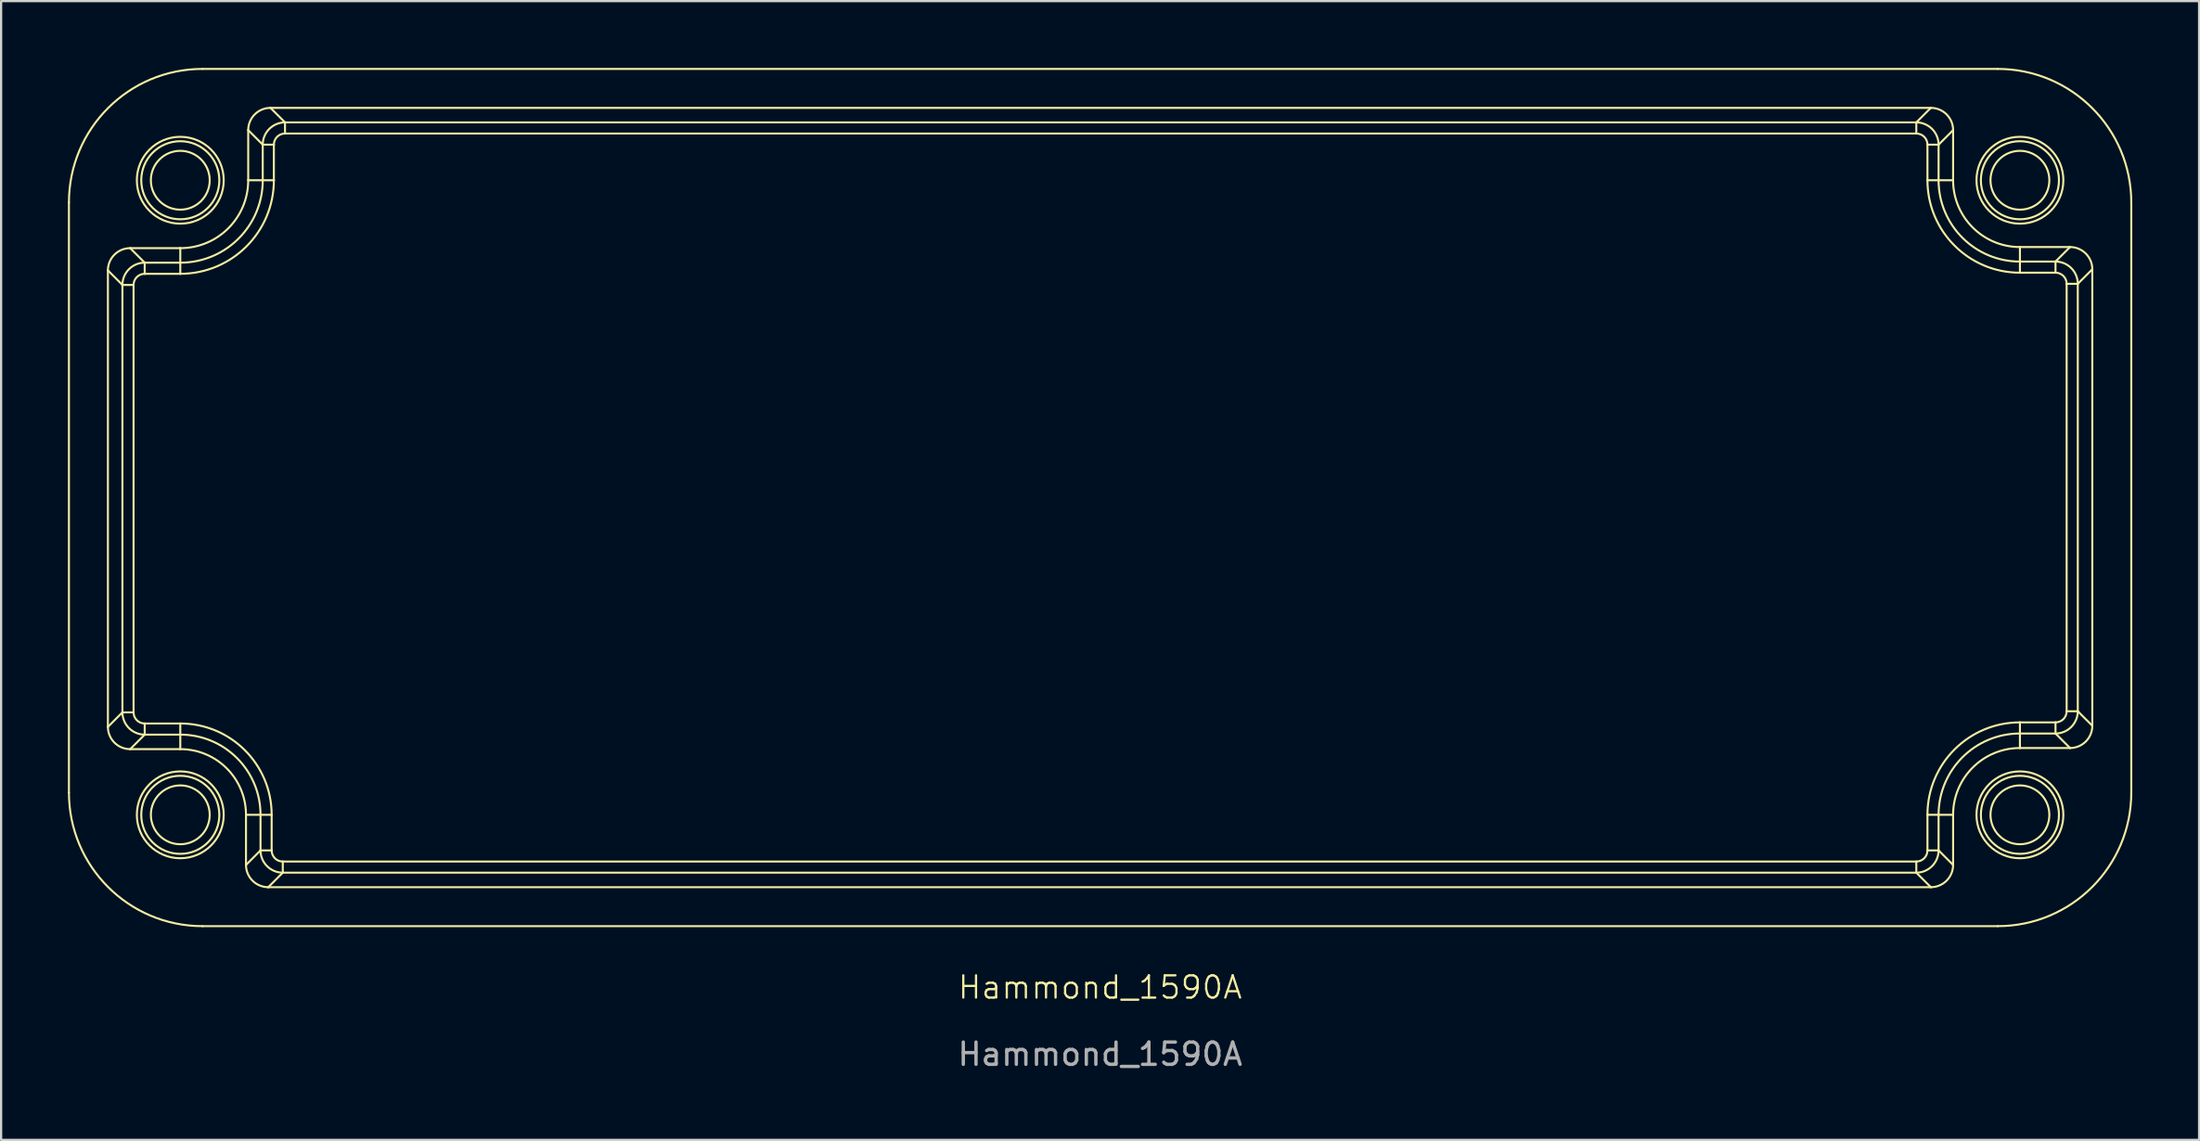
<source format=kicad_pcb>
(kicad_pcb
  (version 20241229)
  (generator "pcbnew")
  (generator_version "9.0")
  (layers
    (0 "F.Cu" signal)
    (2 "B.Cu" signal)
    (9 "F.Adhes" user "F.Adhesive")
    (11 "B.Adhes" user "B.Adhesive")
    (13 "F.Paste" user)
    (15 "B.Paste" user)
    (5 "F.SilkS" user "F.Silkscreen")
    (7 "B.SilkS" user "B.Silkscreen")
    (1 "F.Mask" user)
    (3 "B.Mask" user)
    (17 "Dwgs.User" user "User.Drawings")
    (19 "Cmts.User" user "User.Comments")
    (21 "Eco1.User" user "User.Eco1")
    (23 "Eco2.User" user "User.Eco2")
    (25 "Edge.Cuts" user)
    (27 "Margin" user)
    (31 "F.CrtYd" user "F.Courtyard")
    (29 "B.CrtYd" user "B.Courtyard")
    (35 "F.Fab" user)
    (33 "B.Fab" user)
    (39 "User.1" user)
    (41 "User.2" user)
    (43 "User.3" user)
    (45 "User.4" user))
  (footprint "Hammond_1590A"
    (layer "F.Cu")
    (at 46.345 19.295)
    (property "Reference" "Hammond_1590A" (at 0 22 0) (unlocked yes) (layer "F.SilkS") (effects (font (size 1 1) (thickness 0.1))))
    (fp_line (start -46.3 -13.25) (end -46.3 13.25) (stroke (width 0.09) (type solid)) (layer "F.SilkS"))
    (fp_line (start -44.55 -10.2) (end -43.898 -9.548) (stroke (width 0.09) (type solid)) (layer "F.SilkS"))
    (fp_line (start -44.55 10.3) (end -44.55 -10.2) (stroke (width 0.09) (type solid)) (layer "F.SilkS"))
    (fp_line (start -43.898 -9.548) (end -43.898 9.648) (stroke (width 0.09) (type solid)) (layer "F.SilkS"))
    (fp_line (start -43.898 -9.548) (end -43.398 -9.548) (stroke (width 0.09) (type solid)) (layer "F.SilkS"))
    (fp_line (start -43.898 9.648) (end -44.55 10.3) (stroke (width 0.09) (type solid)) (layer "F.SilkS"))
    (fp_line (start -43.898 9.648) (end -43.398 9.648) (stroke (width 0.09) (type solid)) (layer "F.SilkS"))
    (fp_line (start -43.55 -11.2) (end -41.3 -11.2) (stroke (width 0.09) (type solid)) (layer "F.SilkS"))
    (fp_line (start -43.55 11.3) (end -42.898 10.648) (stroke (width 0.09) (type solid)) (layer "F.SilkS"))
    (fp_line (start -43.398 9.648) (end -43.398 -9.548) (stroke (width 0.09) (type solid)) (layer "F.SilkS"))
    (fp_line (start -42.898 -10.548) (end -43.55 -11.2) (stroke (width 0.09) (type solid)) (layer "F.SilkS"))
    (fp_line (start -42.898 -10.548) (end -42.898 -10.048) (stroke (width 0.09) (type solid)) (layer "F.SilkS"))
    (fp_line (start -42.898 -10.048) (end -41.3 -10.048) (stroke (width 0.09) (type solid)) (layer "F.SilkS"))
    (fp_line (start -42.898 10.648) (end -42.898 10.148) (stroke (width 0.09) (type solid)) (layer "F.SilkS"))
    (fp_line (start -42.898 10.648) (end -41.3 10.648) (stroke (width 0.09) (type solid)) (layer "F.SilkS"))
    (fp_line (start -41.3 -11.2) (end -41.3 -10.548) (stroke (width 0.09) (type solid)) (layer "F.SilkS"))
    (fp_line (start -41.3 -10.548) (end -42.898 -10.548) (stroke (width 0.09) (type solid)) (layer "F.SilkS"))
    (fp_line (start -41.3 -10.548) (end -41.3 -10.048) (stroke (width 0.09) (type solid)) (layer "F.SilkS"))
    (fp_line (start -41.3 10.148) (end -42.898 10.148) (stroke (width 0.09) (type solid)) (layer "F.SilkS"))
    (fp_line (start -41.3 10.648) (end -41.3 10.148) (stroke (width 0.09) (type solid)) (layer "F.SilkS"))
    (fp_line (start -41.3 11.3) (end -43.55 11.3) (stroke (width 0.09) (type solid)) (layer "F.SilkS"))
    (fp_line (start -41.3 11.3) (end -41.3 10.648) (stroke (width 0.09) (type solid)) (layer "F.SilkS"))
    (fp_line (start -40.3 19.25) (end 40.3 19.25) (stroke (width 0.09) (type solid)) (layer "F.SilkS"))
    (fp_line (start -38.35 14.25) (end -37.698 14.25) (stroke (width 0.09) (type solid)) (layer "F.SilkS"))
    (fp_line (start -38.35 16.5) (end -38.35 14.25) (stroke (width 0.09) (type solid)) (layer "F.SilkS"))
    (fp_line (start -38.25 -16.5) (end -37.598 -15.848) (stroke (width 0.09) (type solid)) (layer "F.SilkS"))
    (fp_line (start -38.25 -14.25) (end -38.25 -16.5) (stroke (width 0.09) (type solid)) (layer "F.SilkS"))
    (fp_line (start -38.25 -14.25) (end -37.598 -14.25) (stroke (width 0.09) (type solid)) (layer "F.SilkS"))
    (fp_line (start -37.698 14.25) (end -37.698 15.848) (stroke (width 0.09) (type solid)) (layer "F.SilkS"))
    (fp_line (start -37.698 14.25) (end -37.198 14.25) (stroke (width 0.09) (type solid)) (layer "F.SilkS"))
    (fp_line (start -37.698 15.848) (end -38.35 16.5) (stroke (width 0.09) (type solid)) (layer "F.SilkS"))
    (fp_line (start -37.698 15.848) (end -37.198 15.848) (stroke (width 0.09) (type solid)) (layer "F.SilkS"))
    (fp_line (start -37.598 -15.848) (end -37.598 -14.25) (stroke (width 0.09) (type solid)) (layer "F.SilkS"))
    (fp_line (start -37.598 -15.848) (end -37.098 -15.848) (stroke (width 0.09) (type solid)) (layer "F.SilkS"))
    (fp_line (start -37.598 -14.25) (end -37.098 -14.25) (stroke (width 0.09) (type solid)) (layer "F.SilkS"))
    (fp_line (start -37.35 17.5) (end -36.698 16.848) (stroke (width 0.09) (type solid)) (layer "F.SilkS"))
    (fp_line (start -37.25 -17.5) (end 37.3 -17.5) (stroke (width 0.09) (type solid)) (layer "F.SilkS"))
    (fp_line (start -37.198 15.848) (end -37.198 14.25) (stroke (width 0.09) (type solid)) (layer "F.SilkS"))
    (fp_line (start -37.098 -14.25) (end -37.098 -15.848) (stroke (width 0.09) (type solid)) (layer "F.SilkS"))
    (fp_line (start -36.698 16.848) (end -36.698 16.348) (stroke (width 0.09) (type solid)) (layer "F.SilkS"))
    (fp_line (start -36.698 16.848) (end 36.648 16.848) (stroke (width 0.09) (type solid)) (layer "F.SilkS"))
    (fp_line (start -36.598 -16.848) (end -37.25 -17.5) (stroke (width 0.09) (type solid)) (layer "F.SilkS"))
    (fp_line (start -36.598 -16.848) (end -36.598 -16.348) (stroke (width 0.09) (type solid)) (layer "F.SilkS"))
    (fp_line (start -36.598 -16.348) (end 36.648 -16.348) (stroke (width 0.09) (type solid)) (layer "F.SilkS"))
    (fp_line (start 36.648 -16.848) (end -36.598 -16.848) (stroke (width 0.09) (type solid)) (layer "F.SilkS"))
    (fp_line (start 36.648 -16.348) (end 36.648 -16.848) (stroke (width 0.09) (type solid)) (layer "F.SilkS"))
    (fp_line (start 36.648 16.348) (end -36.698 16.348) (stroke (width 0.09) (type solid)) (layer "F.SilkS"))
    (fp_line (start 36.648 16.348) (end 36.648 16.848) (stroke (width 0.09) (type solid)) (layer "F.SilkS"))
    (fp_line (start 36.648 16.848) (end 37.3 17.5) (stroke (width 0.09) (type solid)) (layer "F.SilkS"))
    (fp_line (start 37.148 -15.848) (end 37.148 -14.25) (stroke (width 0.09) (type solid)) (layer "F.SilkS"))
    (fp_line (start 37.148 -15.848) (end 37.648 -15.848) (stroke (width 0.09) (type solid)) (layer "F.SilkS"))
    (fp_line (start 37.148 -14.25) (end 37.648 -14.25) (stroke (width 0.09) (type solid)) (layer "F.SilkS"))
    (fp_line (start 37.148 14.25) (end 37.148 15.848) (stroke (width 0.09) (type solid)) (layer "F.SilkS"))
    (fp_line (start 37.148 14.25) (end 37.648 14.25) (stroke (width 0.09) (type solid)) (layer "F.SilkS"))
    (fp_line (start 37.148 15.848) (end 37.648 15.848) (stroke (width 0.09) (type solid)) (layer "F.SilkS"))
    (fp_line (start 37.3 -17.5) (end 36.648 -16.848) (stroke (width 0.09) (type solid)) (layer "F.SilkS"))
    (fp_line (start 37.3 17.5) (end -37.35 17.5) (stroke (width 0.09) (type solid)) (layer "F.SilkS"))
    (fp_line (start 37.648 -15.848) (end 38.3 -16.5) (stroke (width 0.09) (type solid)) (layer "F.SilkS"))
    (fp_line (start 37.648 -14.25) (end 37.648 -15.848) (stroke (width 0.09) (type solid)) (layer "F.SilkS"))
    (fp_line (start 37.648 15.848) (end 37.648 14.25) (stroke (width 0.09) (type solid)) (layer "F.SilkS"))
    (fp_line (start 38.3 -16.5) (end 38.3 -14.25) (stroke (width 0.09) (type solid)) (layer "F.SilkS"))
    (fp_line (start 38.3 -14.25) (end 37.648 -14.25) (stroke (width 0.09) (type solid)) (layer "F.SilkS"))
    (fp_line (start 38.3 14.25) (end 37.648 14.25) (stroke (width 0.09) (type solid)) (layer "F.SilkS"))
    (fp_line (start 38.3 14.25) (end 38.3 16.5) (stroke (width 0.09) (type solid)) (layer "F.SilkS"))
    (fp_line (start 38.3 16.5) (end 37.648 15.848) (stroke (width 0.09) (type solid)) (layer "F.SilkS"))
    (fp_line (start 40.3 -19.25) (end -40.3 -19.25) (stroke (width 0.09) (type solid)) (layer "F.SilkS"))
    (fp_line (start 41.3 -11.25) (end 41.3 -10.598) (stroke (width 0.09) (type solid)) (layer "F.SilkS"))
    (fp_line (start 41.3 -11.25) (end 43.55 -11.25) (stroke (width 0.09) (type solid)) (layer "F.SilkS"))
    (fp_line (start 41.3 -10.098) (end 41.3 -10.598) (stroke (width 0.09) (type solid)) (layer "F.SilkS"))
    (fp_line (start 41.3 -10.098) (end 42.898 -10.098) (stroke (width 0.09) (type solid)) (layer "F.SilkS"))
    (fp_line (start 41.3 10.098) (end 41.3 10.598) (stroke (width 0.09) (type solid)) (layer "F.SilkS"))
    (fp_line (start 41.3 10.598) (end 42.898 10.598) (stroke (width 0.09) (type solid)) (layer "F.SilkS"))
    (fp_line (start 41.3 11.25) (end 41.3 10.598) (stroke (width 0.09) (type solid)) (layer "F.SilkS"))
    (fp_line (start 42.898 -10.598) (end 41.3 -10.598) (stroke (width 0.09) (type solid)) (layer "F.SilkS"))
    (fp_line (start 42.898 -10.098) (end 42.898 -10.598) (stroke (width 0.09) (type solid)) (layer "F.SilkS"))
    (fp_line (start 42.898 10.098) (end 41.3 10.098) (stroke (width 0.09) (type solid)) (layer "F.SilkS"))
    (fp_line (start 42.898 10.098) (end 42.898 10.598) (stroke (width 0.09) (type solid)) (layer "F.SilkS"))
    (fp_line (start 42.898 10.598) (end 43.55 11.25) (stroke (width 0.09) (type solid)) (layer "F.SilkS"))
    (fp_line (start 43.398 -9.598) (end 43.398 9.598) (stroke (width 0.09) (type solid)) (layer "F.SilkS"))
    (fp_line (start 43.398 -9.598) (end 43.898 -9.598) (stroke (width 0.09) (type solid)) (layer "F.SilkS"))
    (fp_line (start 43.398 9.598) (end 43.898 9.598) (stroke (width 0.09) (type solid)) (layer "F.SilkS"))
    (fp_line (start 43.55 -11.25) (end 42.898 -10.598) (stroke (width 0.09) (type solid)) (layer "F.SilkS"))
    (fp_line (start 43.55 11.25) (end 41.3 11.25) (stroke (width 0.09) (type solid)) (layer "F.SilkS"))
    (fp_line (start 43.898 -9.598) (end 44.55 -10.25) (stroke (width 0.09) (type solid)) (layer "F.SilkS"))
    (fp_line (start 43.898 9.598) (end 43.898 -9.598) (stroke (width 0.09) (type solid)) (layer "F.SilkS"))
    (fp_line (start 44.55 -10.25) (end 44.55 10.25) (stroke (width 0.09) (type solid)) (layer "F.SilkS"))
    (fp_line (start 44.55 10.25) (end 43.898 9.598) (stroke (width 0.09) (type solid)) (layer "F.SilkS"))
    (fp_line (start 46.3 13.25) (end 46.3 -13.25) (stroke (width 0.09) (type solid)) (layer "F.SilkS"))
    (fp_arc (start -46.3 -13.25) (mid -44.542625 -17.492625) (end -40.3 -19.25) (stroke (width 0.09) (type solid)) (layer "F.SilkS"))
    (fp_arc (start -41.3 10.147799) (mid -38.399289 11.349289) (end -37.197799 14.25) (stroke (width 0.09) (type solid)) (layer "F.SilkS"))
    (fp_arc (start -41.3 10.647628) (mid -38.752722 11.702722) (end -37.697628 14.25) (stroke (width 0.09) (type solid)) (layer "F.SilkS"))
    (fp_arc (start -41.3 11.3) (mid -39.214019 12.164019) (end -38.35 14.25) (stroke (width 0.09) (type solid)) (layer "F.SilkS"))
    (fp_arc (start -40.3 19.25) (mid -44.542642 17.492642) (end -46.3 13.25) (stroke (width 0.09) (type solid)) (layer "F.SilkS"))
    (fp_arc (start -38.25 -14.25) (mid -39.143309 -12.093309) (end -41.3 -11.2) (stroke (width 0.09) (type solid)) (layer "F.SilkS"))
    (fp_arc (start -37.597628 -14.25) (mid -38.682012 -11.632012) (end -41.3 -10.547628) (stroke (width 0.09) (type solid)) (layer "F.SilkS"))
    (fp_arc (start -37.097799 -14.25) (mid -38.328579 -11.278579) (end -41.3 -10.047799) (stroke (width 0.09) (type solid)) (layer "F.SilkS"))
    (fp_arc (start 37.147799 14.25) (mid 38.363967 11.313967) (end 41.3 10.097799) (stroke (width 0.09) (type solid)) (layer "F.SilkS"))
    (fp_arc (start 37.647628 14.25) (mid 38.717399 11.667399) (end 41.3 10.597628) (stroke (width 0.09) (type solid)) (layer "F.SilkS"))
    (fp_arc (start 38.3 14.25) (mid 39.178695 12.128695) (end 41.3 11.25) (stroke (width 0.09) (type solid)) (layer "F.SilkS"))
    (fp_arc (start 40.3 -19.25) (mid 44.542657 -17.492657) (end 46.3 -13.25) (stroke (width 0.09) (type solid)) (layer "F.SilkS"))
    (fp_arc (start 41.3 -11.25) (mid 39.178696 -12.128696) (end 38.3 -14.25) (stroke (width 0.09) (type solid)) (layer "F.SilkS"))
    (fp_arc (start 41.3 -10.597628) (mid 38.717399 -11.667399) (end 37.647628 -14.25) (stroke (width 0.09) (type solid)) (layer "F.SilkS"))
    (fp_arc (start 41.3 -10.097799) (mid 38.363967 -11.313967) (end 37.147799 -14.25) (stroke (width 0.09) (type solid)) (layer "F.SilkS"))
    (fp_arc (start 46.3 13.25) (mid 44.542657 17.492657) (end 40.3 19.25) (stroke (width 0.09) (type solid)) (layer "F.SilkS"))
    (fp_circle (center -41.3 -14.25) (end -39.979 -14.25) (stroke (width 0.09) (type solid)) (fill no) (layer "F.SilkS"))
    (fp_circle (center -41.3 -14.25) (end -39.547 -14.25) (stroke (width 0.09) (type solid)) (fill no) (layer "F.SilkS"))
    (fp_circle (center -41.3 -14.25) (end -39.35 -14.25) (stroke (width 0.09) (type solid)) (fill no) (layer "F.SilkS"))
    (fp_circle (center -41.3 14.25) (end -39.979 14.25) (stroke (width 0.09) (type solid)) (fill no) (layer "F.SilkS"))
    (fp_circle (center -41.3 14.25) (end -39.547 14.25) (stroke (width 0.09) (type solid)) (fill no) (layer "F.SilkS"))
    (fp_circle (center -41.3 14.25) (end -39.35 14.25) (stroke (width 0.09) (type solid)) (fill no) (layer "F.SilkS"))
    (fp_circle (center 41.3 -14.25) (end 42.621 -14.25) (stroke (width 0.09) (type solid)) (fill no) (layer "F.SilkS"))
    (fp_circle (center 41.3 -14.25) (end 43.053 -14.25) (stroke (width 0.09) (type solid)) (fill no) (layer "F.SilkS"))
    (fp_circle (center 41.3 -14.25) (end 43.25 -14.25) (stroke (width 0.09) (type solid)) (fill no) (layer "F.SilkS"))
    (fp_circle (center 41.3 14.25) (end 42.621 14.25) (stroke (width 0.09) (type solid)) (fill no) (layer "F.SilkS"))
    (fp_circle (center 41.3 14.25) (end 43.053 14.25) (stroke (width 0.09) (type solid)) (fill no) (layer "F.SilkS"))
    (fp_circle (center 41.3 14.25) (end 43.25 14.25) (stroke (width 0.09) (type solid)) (fill no) (layer "F.SilkS"))
    (fp_curve (pts (xy -44.55 10.3) (xy -44.55 10.853) (xy -44.103 11.3) (xy -43.55 11.3)) (stroke (width 0.09) (type solid)) (layer "F.SilkS"))
    (fp_curve (pts (xy -43.898 9.648) (xy -43.897 10.2) (xy -43.45 10.647) (xy -42.898 10.648)) (stroke (width 0.09) (type solid)) (layer "F.SilkS"))
    (fp_curve (pts (xy -43.55 -11.2) (xy -44.103 -11.2) (xy -44.55 -10.753) (xy -44.55 -10.2)) (stroke (width 0.09) (type solid)) (layer "F.SilkS"))
    (fp_curve (pts (xy -43.398 9.648) (xy -43.398 9.924) (xy -43.174 10.148) (xy -42.898 10.148)) (stroke (width 0.09) (type solid)) (layer "F.SilkS"))
    (fp_curve (pts (xy -42.898 -10.548) (xy -43.45 -10.547) (xy -43.897 -10.1) (xy -43.898 -9.548)) (stroke (width 0.09) (type solid)) (layer "F.SilkS"))
    (fp_curve (pts (xy -42.898 -10.048) (xy -43.174 -10.048) (xy -43.398 -9.824) (xy -43.398 -9.548)) (stroke (width 0.09) (type solid)) (layer "F.SilkS"))
    (fp_curve (pts (xy -38.35 16.5) (xy -38.35 17.053) (xy -37.903 17.5) (xy -37.35 17.5)) (stroke (width 0.09) (type solid)) (layer "F.SilkS"))
    (fp_curve (pts (xy -37.698 15.848) (xy -37.697 16.4) (xy -37.25 16.847) (xy -36.698 16.848)) (stroke (width 0.09) (type solid)) (layer "F.SilkS"))
    (fp_curve (pts (xy -37.25 -17.5) (xy -37.803 -17.5) (xy -38.25 -17.053) (xy -38.25 -16.5)) (stroke (width 0.09) (type solid)) (layer "F.SilkS"))
    (fp_curve (pts (xy -37.198 15.848) (xy -37.198 16.124) (xy -36.974 16.348) (xy -36.698 16.348)) (stroke (width 0.09) (type solid)) (layer "F.SilkS"))
    (fp_curve (pts (xy -36.598 -16.848) (xy -37.15 -16.847) (xy -37.597 -16.4) (xy -37.598 -15.848)) (stroke (width 0.09) (type solid)) (layer "F.SilkS"))
    (fp_curve (pts (xy -36.598 -16.348) (xy -36.874 -16.348) (xy -37.098 -16.124) (xy -37.098 -15.848)) (stroke (width 0.09) (type solid)) (layer "F.SilkS"))
    (fp_curve (pts (xy 36.648 16.348) (xy 36.924 16.348) (xy 37.148 16.124) (xy 37.148 15.848)) (stroke (width 0.09) (type solid)) (layer "F.SilkS"))
    (fp_curve (pts (xy 36.648 16.848) (xy 37.2 16.847) (xy 37.647 16.4) (xy 37.648 15.848)) (stroke (width 0.09) (type solid)) (layer "F.SilkS"))
    (fp_curve (pts (xy 37.148 -15.848) (xy 37.148 -16.124) (xy 36.924 -16.348) (xy 36.648 -16.348)) (stroke (width 0.09) (type solid)) (layer "F.SilkS"))
    (fp_curve (pts (xy 37.3 17.5) (xy 37.853 17.5) (xy 38.3 17.053) (xy 38.3 16.5)) (stroke (width 0.09) (type solid)) (layer "F.SilkS"))
    (fp_curve (pts (xy 37.648 -15.848) (xy 37.647 -16.4) (xy 37.2 -16.847) (xy 36.648 -16.848)) (stroke (width 0.09) (type solid)) (layer "F.SilkS"))
    (fp_curve (pts (xy 38.3 -16.5) (xy 38.3 -17.053) (xy 37.853 -17.5) (xy 37.3 -17.5)) (stroke (width 0.09) (type solid)) (layer "F.SilkS"))
    (fp_curve (pts (xy 42.898 10.098) (xy 43.174 10.098) (xy 43.398 9.874) (xy 43.398 9.598)) (stroke (width 0.09) (type solid)) (layer "F.SilkS"))
    (fp_curve (pts (xy 42.898 10.598) (xy 43.45 10.597) (xy 43.897 10.15) (xy 43.898 9.598)) (stroke (width 0.09) (type solid)) (layer "F.SilkS"))
    (fp_curve (pts (xy 43.398 -9.598) (xy 43.398 -9.874) (xy 43.174 -10.098) (xy 42.898 -10.098)) (stroke (width 0.09) (type solid)) (layer "F.SilkS"))
    (fp_curve (pts (xy 43.55 11.25) (xy 44.103 11.25) (xy 44.55 10.803) (xy 44.55 10.25)) (stroke (width 0.09) (type solid)) (layer "F.SilkS"))
    (fp_curve (pts (xy 43.898 -9.598) (xy 43.897 -10.15) (xy 43.45 -10.597) (xy 42.898 -10.598)) (stroke (width 0.09) (type solid)) (layer "F.SilkS"))
    (fp_curve (pts (xy 44.55 -10.25) (xy 44.55 -10.803) (xy 44.103 -11.25) (xy 43.55 -11.25)) (stroke (width 0.09) (type solid)) (layer "F.SilkS"))
    (fp_text user "${REFERENCE}" (at 0 25 0) (unlocked yes) (layer "F.Fab") (effects (font (size 1 1) (thickness 0.15)))))
  (gr_rect
    (start -3 -3)
    (end 95.69 48.143)
    (stroke (width 0.1) (type default))
    (fill no)
    (layer "Edge.Cuts")))
</source>
